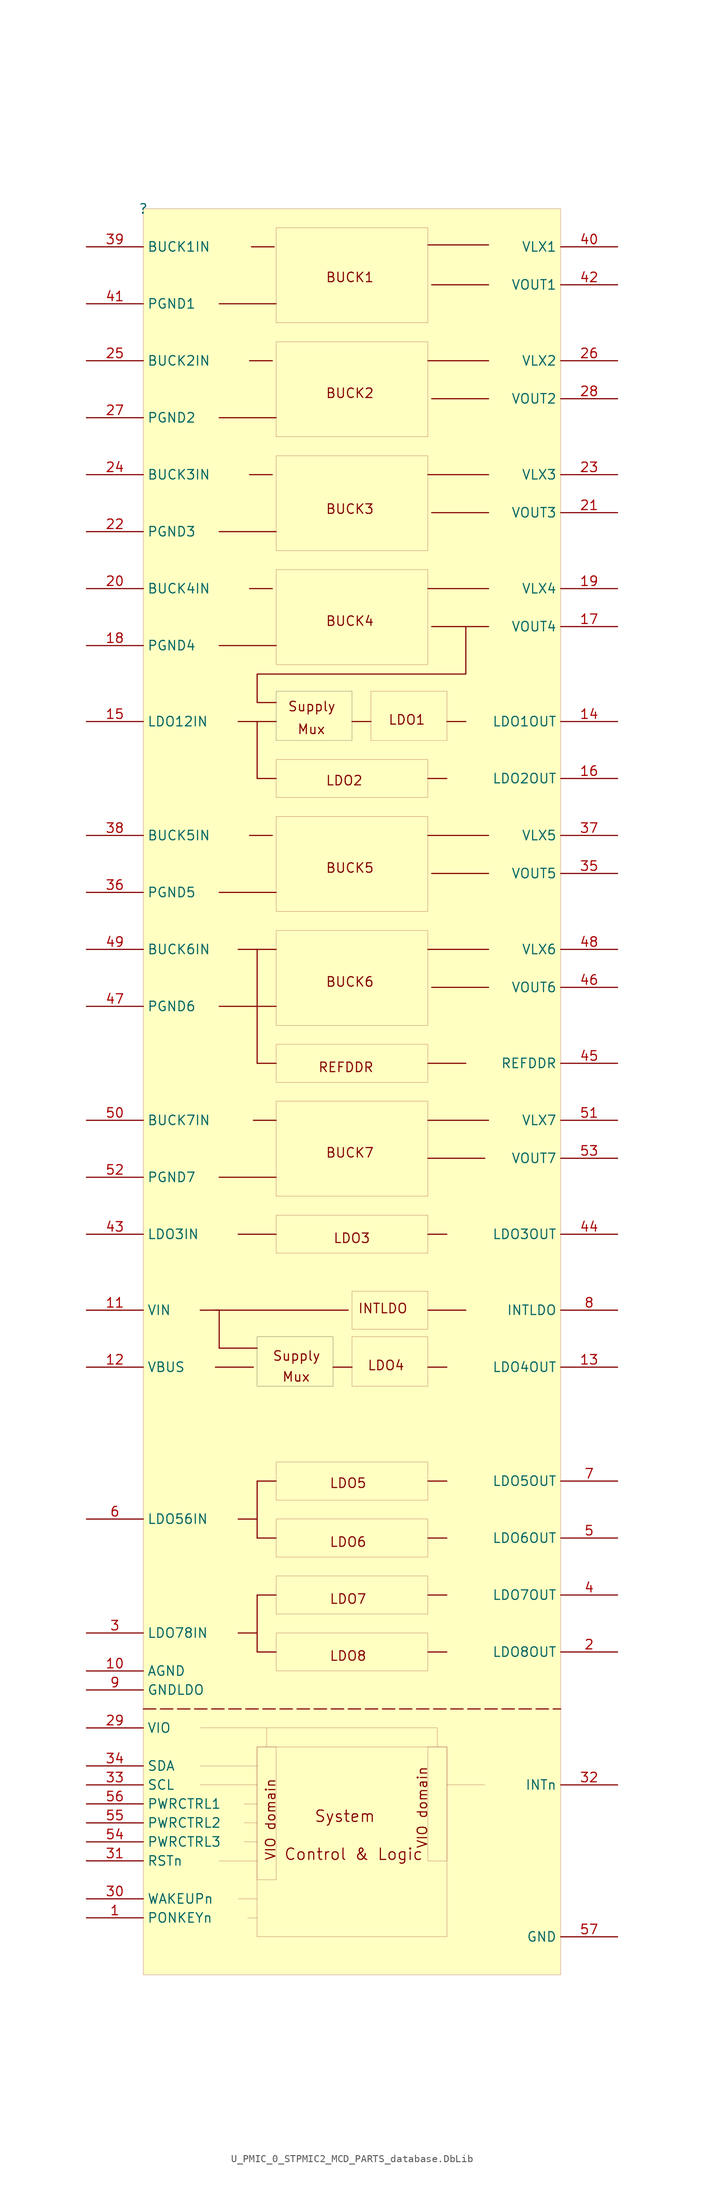
<source format=kicad_sym>
(kicad_symbol_lib
  (version 20241209)
  (generator "kicad_symbol_editor")
  (generator_version "9.0")
  (symbol "U_PMIC_0_STPMIC2_MCD_PARTS_database.DbLib"
    (property "Reference" ""
      (at 0 0 0)
      (effects (font (size 1.27 1.27))))
    (property "Value" ""
      (at 0 0 0)
      (effects (font (size 1.27 1.27))))
    (symbol "U_PMIC_0_STPMIC2_MCD_PARTS_database.DbLib_1_0"
      (polyline (pts (xy 0 -200.66) (xy 55.88 -200.66)) (stroke (width 0) (type dash)) (fill (type none)))
      (polyline (pts (xy 7.62 -203.2) (xy 39.37 -203.2)) (stroke (width 0.025) (type solid)) (fill (type none)))
      (polyline (pts (xy 7.62 -208.28) (xy 15.24 -208.28)) (stroke (width 0.025) (type solid)) (fill (type none)))
      (polyline (pts (xy 7.62 -210.82) (xy 15.24 -210.82)) (stroke (width 0.025) (type solid)) (fill (type none)))
      (polyline (pts (xy 9.652 -147.32) (xy 27.432 -147.32)) (stroke (width 0) (type solid)) (fill (type none)))
      (polyline (pts (xy 9.652 -154.94) (xy 14.732 -154.94)) (stroke (width 0) (type solid)) (fill (type none)))
      (polyline (pts (xy 10.16 -12.7) (xy 17.78 -12.7)) (stroke (width 0) (type solid)) (fill (type none)))
      (polyline (pts (xy 10.16 -27.94) (xy 17.78 -27.94)) (stroke (width 0) (type solid)) (fill (type none)))
      (polyline (pts (xy 10.16 -43.18) (xy 17.78 -43.18)) (stroke (width 0) (type solid)) (fill (type none)))
      (polyline (pts (xy 10.16 -58.42) (xy 17.78 -58.42)) (stroke (width 0) (type solid)) (fill (type none)))
      (polyline (pts (xy 10.16 -91.44) (xy 17.78 -91.44)) (stroke (width 0) (type solid)) (fill (type none)))
      (polyline (pts (xy 10.16 -106.68) (xy 17.78 -106.68)) (stroke (width 0) (type solid)) (fill (type none)))
      (polyline (pts (xy 10.16 -129.54) (xy 17.78 -129.54)) (stroke (width 0) (type solid)) (fill (type none)))
      (polyline (pts (xy 10.16 -147.32) (xy 7.62 -147.32)) (stroke (width 0) (type solid)) (fill (type none)))
      (polyline (pts (xy 10.16 -152.4) (xy 10.16 -147.32)) (stroke (width 0) (type solid)) (fill (type none)))
      (polyline (pts (xy 10.16 -152.4) (xy 15.24 -152.4)) (stroke (width 0) (type solid)) (fill (type none)))
      (polyline (pts (xy 10.16 -220.98) (xy 15.24 -220.98)) (stroke (width 0.025) (type solid)) (fill (type none)))
      (polyline (pts (xy 12.7 -68.58) (xy 15.24 -68.58)) (stroke (width 0) (type solid)) (fill (type none)))
      (polyline (pts (xy 12.7 -99.06) (xy 17.78 -99.06)) (stroke (width 0) (type solid)) (fill (type none)))
      (polyline (pts (xy 12.7 -137.16) (xy 17.78 -137.16)) (stroke (width 0) (type solid)) (fill (type none)))
      (polyline (pts (xy 12.7 -175.26) (xy 15.24 -175.26)) (stroke (width 0) (type solid)) (fill (type none)))
      (polyline (pts (xy 12.7 -190.5) (xy 15.24 -190.5)) (stroke (width 0) (type solid)) (fill (type none)))
      (polyline (pts (xy 12.7 -226.06) (xy 15.24 -226.06)) (stroke (width 0.025) (type solid)) (fill (type none)))
      (polyline (pts (xy 13.462 -213.36) (xy 15.24 -213.36)) (stroke (width 0.025) (type solid)) (fill (type none)))
      (polyline (pts (xy 13.462 -215.9) (xy 15.24 -215.9)) (stroke (width 0.025) (type solid)) (fill (type none)))
      (polyline (pts (xy 13.462 -218.44) (xy 15.24 -218.44)) (stroke (width 0.025) (type solid)) (fill (type none)))
      (polyline (pts (xy 13.97 -228.6) (xy 15.24 -228.6)) (stroke (width 0.025) (type solid)) (fill (type none)))
      (polyline (pts (xy 14.224 -20.32) (xy 17.272 -20.32)) (stroke (width 0) (type solid)) (fill (type none)))
      (polyline (pts (xy 14.224 -35.56) (xy 17.272 -35.56)) (stroke (width 0) (type solid)) (fill (type none)))
      (polyline (pts (xy 14.224 -50.8) (xy 17.272 -50.8)) (stroke (width 0) (type solid)) (fill (type none)))
      (polyline (pts (xy 14.224 -83.82) (xy 17.272 -83.82)) (stroke (width 0) (type solid)) (fill (type none)))
      (polyline (pts (xy 14.478 -5.08) (xy 17.526 -5.08)) (stroke (width 0) (type solid)) (fill (type none)))
      (polyline (pts (xy 14.732 -121.92) (xy 17.78 -121.92)) (stroke (width 0) (type solid)) (fill (type none)))
      (polyline (pts (xy 15.24 -68.58) (xy 15.24 -76.2)) (stroke (width 0) (type solid)) (fill (type none)))
      (polyline (pts (xy 15.24 -68.58) (xy 17.78 -68.58)) (stroke (width 0) (type solid)) (fill (type none)))
      (polyline (pts (xy 15.24 -76.2) (xy 17.78 -76.2)) (stroke (width 0) (type solid)) (fill (type none)))
      (polyline (pts (xy 15.24 -99.06) (xy 15.24 -114.3)) (stroke (width 0) (type solid)) (fill (type none)))
      (polyline (pts (xy 15.24 -114.3) (xy 17.78 -114.3)) (stroke (width 0) (type solid)) (fill (type none)))
      (polyline (pts (xy 15.24 -170.18) (xy 15.24 -177.8)) (stroke (width 0) (type solid)) (fill (type none)))
      (polyline (pts (xy 15.24 -170.18) (xy 17.78 -170.18)) (stroke (width 0) (type solid)) (fill (type none)))
      (polyline (pts (xy 15.24 -177.8) (xy 17.78 -177.8)) (stroke (width 0) (type solid)) (fill (type none)))
      (polyline (pts (xy 15.24 -185.42) (xy 15.24 -193.04)) (stroke (width 0) (type solid)) (fill (type none)))
      (polyline (pts (xy 15.24 -185.42) (xy 17.78 -185.42)) (stroke (width 0) (type solid)) (fill (type none)))
      (polyline (pts (xy 15.24 -193.04) (xy 17.78 -193.04)) (stroke (width 0) (type solid)) (fill (type none)))
      (polyline (pts (xy 16.51 -203.2) (xy 16.51 -205.74)) (stroke (width 0.025) (type solid)) (fill (type none)))
      (rectangle (start 17.78 -205.74) (end 15.24 -223.52) (stroke (width 0.025) (type solid) (color 128 0 0 1)) (fill (type color) (color 255 255 255 1)))
      (rectangle (start 25.4 -150.876) (end 15.24 -157.48) (stroke (width 0.025) (type solid) (color 0 0 0 1)) (fill (type color) (color 255 255 255 1)))
      (polyline (pts (xy 25.4 -154.94) (xy 27.94 -154.94)) (stroke (width 0) (type solid)) (fill (type none)))
      (rectangle (start 27.94 -64.516) (end 17.78 -71.12) (stroke (width 0.025) (type solid) (color 0 0 0 1)) (fill (type color) (color 255 255 255 1)))
      (polyline (pts (xy 27.94 -68.58) (xy 30.48 -68.58)) (stroke (width 0) (type solid)) (fill (type none)))
      (rectangle (start 38.1 -2.54) (end 17.78 -15.24) (stroke (width 0.025) (type solid) (color 128 0 0 1)) (fill (type color) (color 255 255 255 1)))
      (polyline (pts (xy 38.1 -4.826) (xy 46.228 -4.826)) (stroke (width 0) (type solid)) (fill (type none)))
      (rectangle (start 38.1 -17.78) (end 17.78 -30.48) (stroke (width 0.025) (type solid) (color 128 0 0 1)) (fill (type color) (color 255 255 255 1)))
      (polyline (pts (xy 38.1 -20.32) (xy 46.228 -20.32)) (stroke (width 0) (type solid)) (fill (type none)))
      (rectangle (start 38.1 -33.02) (end 17.78 -45.72) (stroke (width 0.025) (type solid) (color 128 0 0 1)) (fill (type color) (color 255 255 255 1)))
      (polyline (pts (xy 38.1 -35.56) (xy 46.228 -35.56)) (stroke (width 0) (type solid)) (fill (type none)))
      (rectangle (start 38.1 -48.26) (end 17.78 -60.96) (stroke (width 0.025) (type solid) (color 128 0 0 1)) (fill (type color) (color 255 255 255 1)))
      (polyline (pts (xy 38.1 -50.8) (xy 46.228 -50.8)) (stroke (width 0) (type solid)) (fill (type none)))
      (rectangle (start 38.1 -73.66) (end 17.78 -78.74) (stroke (width 0.025) (type solid) (color 128 0 0 1)) (fill (type color) (color 255 255 255 1)))
      (polyline (pts (xy 38.1 -76.2) (xy 40.64 -76.2)) (stroke (width 0) (type solid)) (fill (type none)))
      (rectangle (start 38.1 -81.28) (end 17.78 -93.98) (stroke (width 0.025) (type solid) (color 128 0 0 1)) (fill (type color) (color 255 255 255 1)))
      (polyline (pts (xy 38.1 -83.82) (xy 46.228 -83.82)) (stroke (width 0) (type solid)) (fill (type none)))
      (rectangle (start 38.1 -96.52) (end 17.78 -109.22) (stroke (width 0.025) (type solid) (color 128 0 0 1)) (fill (type color) (color 255 255 255 1)))
      (polyline (pts (xy 38.1 -99.06) (xy 46.228 -99.06)) (stroke (width 0) (type solid)) (fill (type none)))
      (rectangle (start 38.1 -111.76) (end 17.78 -116.84) (stroke (width 0.025) (type solid) (color 128 0 0 1)) (fill (type color) (color 255 255 255 1)))
      (polyline (pts (xy 38.1 -114.3) (xy 43.18 -114.3)) (stroke (width 0) (type solid)) (fill (type none)))
      (rectangle (start 38.1 -119.38) (end 17.78 -132.08) (stroke (width 0.025) (type solid) (color 128 0 0 1)) (fill (type color) (color 255 255 255 1)))
      (polyline (pts (xy 38.1 -121.92) (xy 46.228 -121.92)) (stroke (width 0) (type solid)) (fill (type none)))
      (polyline (pts (xy 38.1 -127) (xy 45.72 -127)) (stroke (width 0) (type solid)) (fill (type none)))
      (rectangle (start 38.1 -134.62) (end 17.78 -139.7) (stroke (width 0.025) (type solid) (color 128 0 0 1)) (fill (type color) (color 255 255 255 1)))
      (polyline (pts (xy 38.1 -137.16) (xy 40.64 -137.16)) (stroke (width 0) (type solid)) (fill (type none)))
      (rectangle (start 38.1 -144.78) (end 27.94 -149.86) (stroke (width 0.025) (type solid) (color 128 0 0 1)) (fill (type color) (color 255 255 255 1)))
      (polyline (pts (xy 38.1 -147.32) (xy 43.18 -147.32)) (stroke (width 0) (type solid)) (fill (type none)))
      (rectangle (start 38.1 -150.876) (end 27.94 -157.48) (stroke (width 0.025) (type solid) (color 128 0 0 1)) (fill (type color) (color 255 255 255 1)))
      (polyline (pts (xy 38.1 -154.94) (xy 40.64 -154.94)) (stroke (width 0) (type solid)) (fill (type none)))
      (rectangle (start 38.1 -167.64) (end 17.78 -172.72) (stroke (width 0.025) (type solid) (color 128 0 0 1)) (fill (type color) (color 255 255 255 1)))
      (polyline (pts (xy 38.1 -170.18) (xy 40.64 -170.18)) (stroke (width 0) (type solid)) (fill (type none)))
      (rectangle (start 38.1 -175.26) (end 17.78 -180.34) (stroke (width 0.025) (type solid) (color 128 0 0 1)) (fill (type color) (color 255 255 255 1)))
      (polyline (pts (xy 38.1 -177.8) (xy 40.64 -177.8)) (stroke (width 0) (type solid)) (fill (type none)))
      (rectangle (start 38.1 -182.88) (end 17.78 -187.96) (stroke (width 0.025) (type solid) (color 128 0 0 1)) (fill (type color) (color 255 255 255 1)))
      (polyline (pts (xy 38.1 -185.42) (xy 40.64 -185.42)) (stroke (width 0) (type solid)) (fill (type none)))
      (rectangle (start 38.1 -190.5) (end 17.78 -195.58) (stroke (width 0.025) (type solid) (color 128 0 0 1)) (fill (type color) (color 255 255 255 1)))
      (polyline (pts (xy 38.1 -193.04) (xy 40.64 -193.04)) (stroke (width 0) (type solid)) (fill (type none)))
      (polyline (pts (xy 38.608 -10.16) (xy 46.228 -10.16)) (stroke (width 0) (type solid)) (fill (type none)))
      (polyline (pts (xy 38.608 -25.4) (xy 46.228 -25.4)) (stroke (width 0) (type solid)) (fill (type none)))
      (polyline (pts (xy 38.608 -40.64) (xy 46.228 -40.64)) (stroke (width 0) (type solid)) (fill (type none)))
      (polyline (pts (xy 38.608 -55.88) (xy 46.228 -55.88)) (stroke (width 0) (type solid)) (fill (type none)))
      (polyline (pts (xy 38.608 -88.9) (xy 46.228 -88.9)) (stroke (width 0) (type solid)) (fill (type none)))
      (polyline (pts (xy 38.608 -104.14) (xy 46.228 -104.14)) (stroke (width 0) (type solid)) (fill (type none)))
      (polyline (pts (xy 39.37 -203.2) (xy 39.37 -205.74)) (stroke (width 0.025) (type solid)) (fill (type none)))
      (rectangle (start 40.64 -64.516) (end 30.48 -71.12) (stroke (width 0.025) (type solid) (color 128 0 0 1)) (fill (type color) (color 255 255 255 1)))
      (polyline (pts (xy 40.64 -68.58) (xy 43.18 -68.58)) (stroke (width 0) (type solid)) (fill (type none)))
      (rectangle (start 40.64 -205.74) (end 15.24 -231.14) (stroke (width 0.025) (type solid) (color 128 0 0 1)) (fill (type color) (color 255 255 255 1)))
      (rectangle (start 40.64 -205.74) (end 38.1 -220.98) (stroke (width 0.025) (type solid) (color 128 0 0 1)) (fill (type color) (color 255 255 255 1)))
      (polyline (pts (xy 40.64 -210.82) (xy 45.72 -210.82)) (stroke (width 0.025) (type solid)) (fill (type none)))
      (polyline (pts (xy 43.18 -55.88) (xy 43.18 -62.23) (xy 15.24 -62.23) (xy 15.24 -66.04) (xy 17.78 -66.04)) (stroke (width 0) (type solid)) (fill (type none)))
      (rectangle (start 55.88 0) (end 0 -236.22) (stroke (width 0.025) (type solid) (color 128 0 0 1)) (fill (type background)))
      (text "Supply" (at 17.272 -154.178 0) (effects (font (size 1.27 1.27)) (justify left bottom)))
      (text "VIO domain" (at 17.78 -220.98 900) (effects (font (size 1.27 1.27)) (justify left bottom)))
      (text "Mux" (at 18.542 -156.972 0) (effects (font (size 1.27 1.27)) (justify left bottom)))
      (text "Control & Logic" (at 18.796 -220.98 0) (effects (font (size 1.524 1.524)) (justify left bottom)))
      (text "Supply" (at 19.304 -67.31 0) (effects (font (size 1.27 1.27)) (justify left bottom)))
      (text "Mux" (at 20.574 -70.358 0) (effects (font (size 1.27 1.27)) (justify left bottom)))
      (text "System" (at 22.86 -215.9 0) (effects (font (size 1.524 1.524)) (justify left bottom)))
      (text "REFDDR" (at 23.368 -115.57 0) (effects (font (size 1.27 1.27)) (justify left bottom)))
      (text "BUCK1" (at 24.384 -9.906 0) (effects (font (size 1.27 1.27)) (justify left bottom)))
      (text "BUCK2" (at 24.384 -25.4 0) (effects (font (size 1.27 1.27)) (justify left bottom)))
      (text "BUCK3" (at 24.384 -40.894 0) (effects (font (size 1.27 1.27)) (justify left bottom)))
      (text "BUCK4" (at 24.384 -55.88 0) (effects (font (size 1.27 1.27)) (justify left bottom)))
      (text "LDO2" (at 24.384 -77.216 0) (effects (font (size 1.27 1.27)) (justify left bottom)))
      (text "BUCK5" (at 24.384 -88.9 0) (effects (font (size 1.27 1.27)) (justify left bottom)))
      (text "BUCK6" (at 24.384 -104.14 0) (effects (font (size 1.27 1.27)) (justify left bottom)))
      (text "BUCK7" (at 24.384 -127 0) (effects (font (size 1.27 1.27)) (justify left bottom)))
      (text "LDO5" (at 24.892 -171.196 0) (effects (font (size 1.27 1.27)) (justify left bottom)))
      (text "LDO6" (at 24.892 -179.07 0) (effects (font (size 1.27 1.27)) (justify left bottom)))
      (text "LDO7" (at 24.892 -186.69 0) (effects (font (size 1.27 1.27)) (justify left bottom)))
      (text "LDO8" (at 24.892 -194.31 0) (effects (font (size 1.27 1.27)) (justify left bottom)))
      (text "LDO3" (at 25.4 -138.43 0) (effects (font (size 1.27 1.27)) (justify left bottom)))
      (text "INTLDO" (at 28.702 -147.828 0) (effects (font (size 1.27 1.27)) (justify left bottom)))
      (text "LDO4" (at 29.972 -155.448 0) (effects (font (size 1.27 1.27)) (justify left bottom)))
      (text "LDO1" (at 32.766 -69.088 0) (effects (font (size 1.27 1.27)) (justify left bottom)))
      (text "VIO domain" (at 38.1 -208.28 900) (effects (font (size 1.27 1.27)) (justify right bottom)))
      (pin passive line (at -7.62 -5.08 0) (length 7.62) (name "BUCK1IN" (effects (font (size 1.27 1.27)))) (number "39" (effects (font (size 1.27 1.27)))))
      (pin passive line (at -7.62 -12.7 0) (length 7.62) (name "PGND1" (effects (font (size 1.27 1.27)))) (number "41" (effects (font (size 1.27 1.27)))))
      (pin passive line (at -7.62 -20.32 0) (length 7.62) (name "BUCK2IN" (effects (font (size 1.27 1.27)))) (number "25" (effects (font (size 1.27 1.27)))))
      (pin passive line (at -7.62 -27.94 0) (length 7.62) (name "PGND2" (effects (font (size 1.27 1.27)))) (number "27" (effects (font (size 1.27 1.27)))))
      (pin passive line (at -7.62 -35.56 0) (length 7.62) (name "BUCK3IN" (effects (font (size 1.27 1.27)))) (number "24" (effects (font (size 1.27 1.27)))))
      (pin passive line (at -7.62 -43.18 0) (length 7.62) (name "PGND3" (effects (font (size 1.27 1.27)))) (number "22" (effects (font (size 1.27 1.27)))))
      (pin passive line (at -7.62 -50.8 0) (length 7.62) (name "BUCK4IN" (effects (font (size 1.27 1.27)))) (number "20" (effects (font (size 1.27 1.27)))))
      (pin passive line (at -7.62 -58.42 0) (length 7.62) (name "PGND4" (effects (font (size 1.27 1.27)))) (number "18" (effects (font (size 1.27 1.27)))))
      (pin passive line (at -7.62 -68.58 0) (length 7.62) (name "LDO12IN" (effects (font (size 1.27 1.27)))) (number "15" (effects (font (size 1.27 1.27)))))
      (pin passive line (at -7.62 -83.82 0) (length 7.62) (name "BUCK5IN" (effects (font (size 1.27 1.27)))) (number "38" (effects (font (size 1.27 1.27)))))
      (pin passive line (at -7.62 -91.44 0) (length 7.62) (name "PGND5" (effects (font (size 1.27 1.27)))) (number "36" (effects (font (size 1.27 1.27)))))
      (pin passive line (at -7.62 -99.06 0) (length 7.62) (name "BUCK6IN" (effects (font (size 1.27 1.27)))) (number "49" (effects (font (size 1.27 1.27)))))
      (pin passive line (at -7.62 -106.68 0) (length 7.62) (name "PGND6" (effects (font (size 1.27 1.27)))) (number "47" (effects (font (size 1.27 1.27)))))
      (pin passive line (at -7.62 -121.92 0) (length 7.62) (name "BUCK7IN" (effects (font (size 1.27 1.27)))) (number "50" (effects (font (size 1.27 1.27)))))
      (pin passive line (at -7.62 -129.54 0) (length 7.62) (name "PGND7" (effects (font (size 1.27 1.27)))) (number "52" (effects (font (size 1.27 1.27)))))
      (pin passive line (at -7.62 -137.16 0) (length 7.62) (name "LDO3IN" (effects (font (size 1.27 1.27)))) (number "43" (effects (font (size 1.27 1.27)))))
      (pin passive line (at -7.62 -147.32 0) (length 7.62) (name "VIN" (effects (font (size 1.27 1.27)))) (number "11" (effects (font (size 1.27 1.27)))))
      (pin passive line (at -7.62 -154.94 0) (length 7.62) (name "VBUS" (effects (font (size 1.27 1.27)))) (number "12" (effects (font (size 1.27 1.27)))))
      (pin passive line (at -7.62 -175.26 0) (length 7.62) (name "LDO56IN" (effects (font (size 1.27 1.27)))) (number "6" (effects (font (size 1.27 1.27)))))
      (pin passive line (at -7.62 -190.5 0) (length 7.62) (name "LDO78IN" (effects (font (size 1.27 1.27)))) (number "3" (effects (font (size 1.27 1.27)))))
      (pin passive line (at -7.62 -195.58 0) (length 7.62) (name "AGND" (effects (font (size 1.27 1.27)))) (number "10" (effects (font (size 1.27 1.27)))))
      (pin passive line (at -7.62 -198.12 0) (length 7.62) (name "GNDLDO" (effects (font (size 1.27 1.27)))) (number "9" (effects (font (size 1.27 1.27)))))
      (pin passive line (at -7.62 -203.2 0) (length 7.62) (name "VIO" (effects (font (size 1.27 1.27)))) (number "29" (effects (font (size 1.27 1.27)))))
      (pin passive line (at -7.62 -208.28 0) (length 7.62) (name "SDA" (effects (font (size 1.27 1.27)))) (number "34" (effects (font (size 1.27 1.27)))))
      (pin passive line (at -7.62 -210.82 0) (length 7.62) (name "SCL" (effects (font (size 1.27 1.27)))) (number "33" (effects (font (size 1.27 1.27)))))
      (pin passive line (at -7.62 -213.36 0) (length 7.62) (name "PWRCTRL1" (effects (font (size 1.27 1.27)))) (number "56" (effects (font (size 1.27 1.27)))))
      (pin passive line (at -7.62 -215.9 0) (length 7.62) (name "PWRCTRL2" (effects (font (size 1.27 1.27)))) (number "55" (effects (font (size 1.27 1.27)))))
      (pin passive line (at -7.62 -218.44 0) (length 7.62) (name "PWRCTRL3" (effects (font (size 1.27 1.27)))) (number "54" (effects (font (size 1.27 1.27)))))
      (pin passive line (at -7.62 -220.98 0) (length 7.62) (name "RSTn" (effects (font (size 1.27 1.27)))) (number "31" (effects (font (size 1.27 1.27)))))
      (pin passive line (at -7.62 -226.06 0) (length 7.62) (name "WAKEUPn" (effects (font (size 1.27 1.27)))) (number "30" (effects (font (size 1.27 1.27)))))
      (pin passive line (at -7.62 -228.6 0) (length 7.62) (name "PONKEYn" (effects (font (size 1.27 1.27)))) (number "1" (effects (font (size 1.27 1.27)))))
      (pin passive line (at 63.5 -5.08 180) (length 7.62) (name "VLX1" (effects (font (size 1.27 1.27)))) (number "40" (effects (font (size 1.27 1.27)))))
      (pin passive line (at 63.5 -10.16 180) (length 7.62) (name "VOUT1" (effects (font (size 1.27 1.27)))) (number "42" (effects (font (size 1.27 1.27)))))
      (pin passive line (at 63.5 -20.32 180) (length 7.62) (name "VLX2" (effects (font (size 1.27 1.27)))) (number "26" (effects (font (size 1.27 1.27)))))
      (pin passive line (at 63.5 -25.4 180) (length 7.62) (name "VOUT2" (effects (font (size 1.27 1.27)))) (number "28" (effects (font (size 1.27 1.27)))))
      (pin passive line (at 63.5 -35.56 180) (length 7.62) (name "VLX3" (effects (font (size 1.27 1.27)))) (number "23" (effects (font (size 1.27 1.27)))))
      (pin passive line (at 63.5 -40.64 180) (length 7.62) (name "VOUT3" (effects (font (size 1.27 1.27)))) (number "21" (effects (font (size 1.27 1.27)))))
      (pin passive line (at 63.5 -50.8 180) (length 7.62) (name "VLX4" (effects (font (size 1.27 1.27)))) (number "19" (effects (font (size 1.27 1.27)))))
      (pin passive line (at 63.5 -55.88 180) (length 7.62) (name "VOUT4" (effects (font (size 1.27 1.27)))) (number "17" (effects (font (size 1.27 1.27)))))
      (pin passive line (at 63.5 -68.58 180) (length 7.62) (name "LDO1OUT" (effects (font (size 1.27 1.27)))) (number "14" (effects (font (size 1.27 1.27)))))
      (pin passive line (at 63.5 -76.2 180) (length 7.62) (name "LDO2OUT" (effects (font (size 1.27 1.27)))) (number "16" (effects (font (size 1.27 1.27)))))
      (pin passive line (at 63.5 -83.82 180) (length 7.62) (name "VLX5" (effects (font (size 1.27 1.27)))) (number "37" (effects (font (size 1.27 1.27)))))
      (pin passive line (at 63.5 -88.9 180) (length 7.62) (name "VOUT5" (effects (font (size 1.27 1.27)))) (number "35" (effects (font (size 1.27 1.27)))))
      (pin passive line (at 63.5 -99.06 180) (length 7.62) (name "VLX6" (effects (font (size 1.27 1.27)))) (number "48" (effects (font (size 1.27 1.27)))))
      (pin passive line (at 63.5 -104.14 180) (length 7.62) (name "VOUT6" (effects (font (size 1.27 1.27)))) (number "46" (effects (font (size 1.27 1.27)))))
      (pin passive line (at 63.5 -114.3 180) (length 7.62) (name "REFDDR" (effects (font (size 1.27 1.27)))) (number "45" (effects (font (size 1.27 1.27)))))
      (pin passive line (at 63.5 -121.92 180) (length 7.62) (name "VLX7" (effects (font (size 1.27 1.27)))) (number "51" (effects (font (size 1.27 1.27)))))
      (pin passive line (at 63.5 -127 180) (length 7.62) (name "VOUT7" (effects (font (size 1.27 1.27)))) (number "53" (effects (font (size 1.27 1.27)))))
      (pin passive line (at 63.5 -137.16 180) (length 7.62) (name "LDO3OUT" (effects (font (size 1.27 1.27)))) (number "44" (effects (font (size 1.27 1.27)))))
      (pin passive line (at 63.5 -147.32 180) (length 7.62) (name "INTLDO" (effects (font (size 1.27 1.27)))) (number "8" (effects (font (size 1.27 1.27)))))
      (pin passive line (at 63.5 -154.94 180) (length 7.62) (name "LDO4OUT" (effects (font (size 1.27 1.27)))) (number "13" (effects (font (size 1.27 1.27)))))
      (pin passive line (at 63.5 -170.18 180) (length 7.62) (name "LDO5OUT" (effects (font (size 1.27 1.27)))) (number "7" (effects (font (size 1.27 1.27)))))
      (pin passive line (at 63.5 -177.8 180) (length 7.62) (name "LDO6OUT" (effects (font (size 1.27 1.27)))) (number "5" (effects (font (size 1.27 1.27)))))
      (pin passive line (at 63.5 -185.42 180) (length 7.62) (name "LDO7OUT" (effects (font (size 1.27 1.27)))) (number "4" (effects (font (size 1.27 1.27)))))
      (pin passive line (at 63.5 -193.04 180) (length 7.62) (name "LDO8OUT" (effects (font (size 1.27 1.27)))) (number "2" (effects (font (size 1.27 1.27)))))
      (pin passive line (at 63.5 -210.82 180) (length 7.62) (name "INTn" (effects (font (size 1.27 1.27)))) (number "32" (effects (font (size 1.27 1.27)))))
      (pin passive line (at 63.5 -231.14 180) (length 7.62) (name "GND" (effects (font (size 1.27 1.27)))) (number "57" (effects (font (size 1.27 1.27))))))))
</source>
